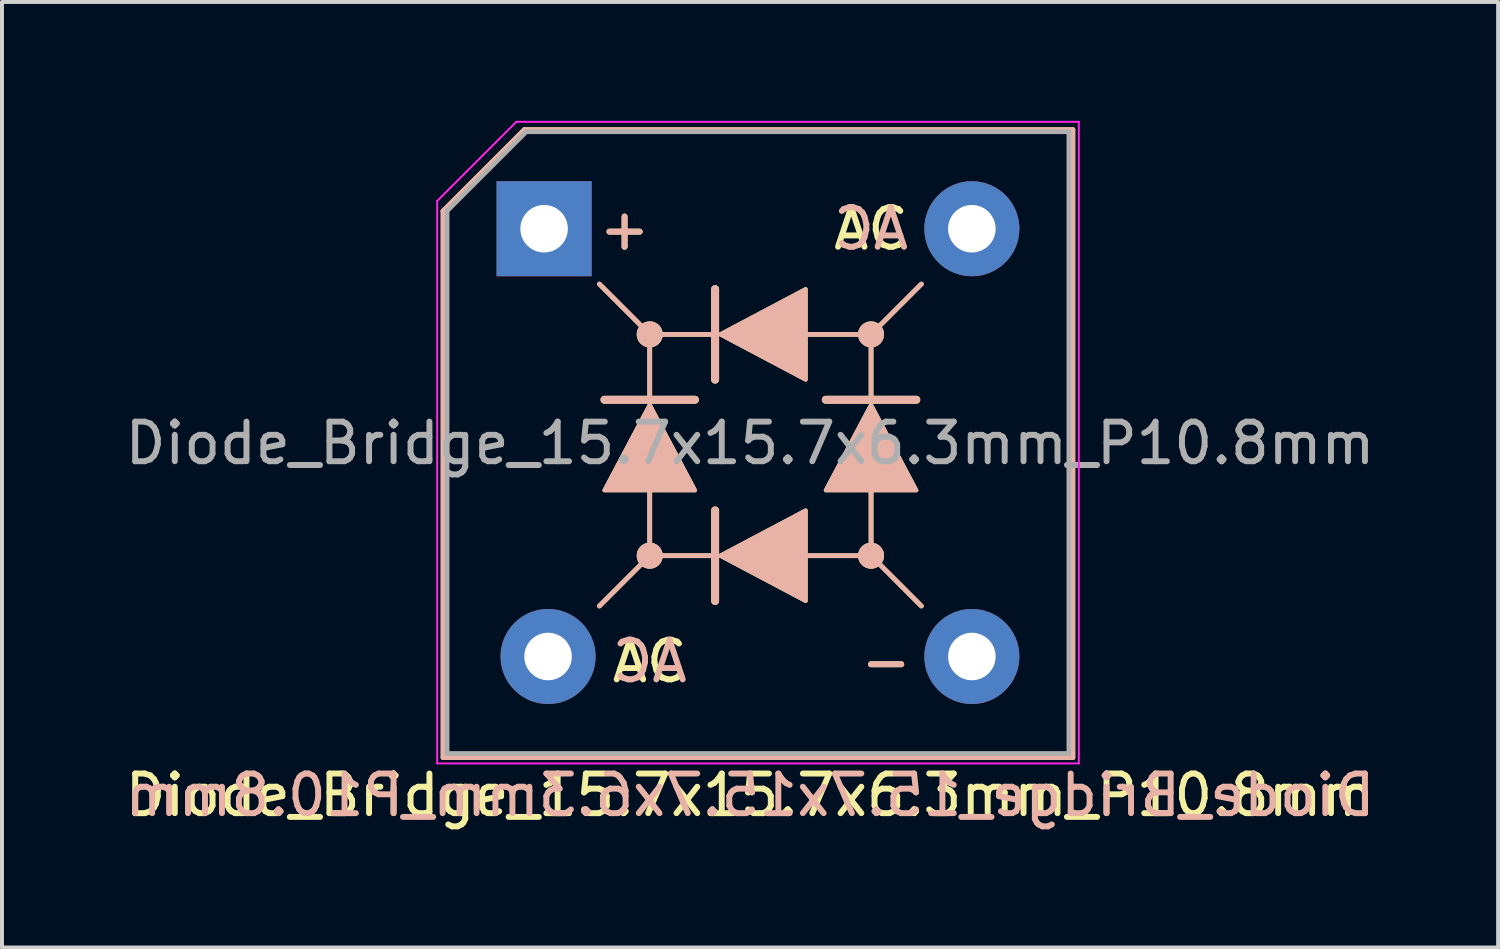
<source format=kicad_pcb>
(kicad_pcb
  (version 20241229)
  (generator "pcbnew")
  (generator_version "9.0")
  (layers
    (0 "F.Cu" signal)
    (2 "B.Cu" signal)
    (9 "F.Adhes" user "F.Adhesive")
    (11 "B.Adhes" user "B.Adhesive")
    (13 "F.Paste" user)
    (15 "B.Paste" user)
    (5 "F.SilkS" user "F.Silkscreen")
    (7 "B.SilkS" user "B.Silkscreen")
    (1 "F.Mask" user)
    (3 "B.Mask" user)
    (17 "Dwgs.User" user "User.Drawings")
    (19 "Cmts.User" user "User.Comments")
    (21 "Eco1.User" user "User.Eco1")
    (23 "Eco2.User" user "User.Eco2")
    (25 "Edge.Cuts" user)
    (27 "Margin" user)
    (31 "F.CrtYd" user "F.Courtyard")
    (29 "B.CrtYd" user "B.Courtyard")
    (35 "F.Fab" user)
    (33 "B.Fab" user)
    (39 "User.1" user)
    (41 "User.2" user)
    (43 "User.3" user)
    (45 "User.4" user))
  (footprint "Diode_Bridge_15.7x15.7x6.3mm_P10.8mm"
    (layer "F.Cu")
    (at 10.687 2.725)
    (property "Reference" "Diode_Bridge_15.7x15.7x6.3mm_P10.8mm" (at 5.2 14.3 180) (layer "F.SilkS") (effects (font (size 1 1) (thickness 0.15))))
    (fp_line (start -2.55 -0.45) (end -0.5 -2.5) (stroke (width 0.12) (type solid)) (layer "F.SilkS"))
    (fp_line (start -2.55 13.35) (end -2.55 -0.45) (stroke (width 0.12) (type solid)) (layer "F.SilkS"))
    (fp_line (start -0.5 -2.5) (end 13.35 -2.5) (stroke (width 0.12) (type solid)) (layer "F.SilkS"))
    (fp_line (start 1.397 1.397) (end 2.667 2.667) (stroke (width 0.12) (type solid)) (layer "F.SilkS"))
    (fp_line (start 1.397 9.525) (end 2.667 8.255) (stroke (width 0.12) (type solid)) (layer "F.SilkS"))
    (fp_line (start 2.667 4.318) (end 1.524 4.318) (stroke (width 0.2) (type solid)) (layer "F.SilkS"))
    (fp_line (start 2.667 4.318) (end 2.667 2.667) (stroke (width 0.12) (type solid)) (layer "F.SilkS"))
    (fp_line (start 2.667 8.255) (end 2.667 6.604) (stroke (width 0.12) (type solid)) (layer "F.SilkS"))
    (fp_line (start 3.81 4.318) (end 2.667 4.318) (stroke (width 0.2) (type solid)) (layer "F.SilkS"))
    (fp_line (start 4.318 1.524) (end 4.318 2.667) (stroke (width 0.2) (type solid)) (layer "F.SilkS"))
    (fp_line (start 4.318 2.667) (end 2.667 2.667) (stroke (width 0.12) (type solid)) (layer "F.SilkS"))
    (fp_line (start 4.318 2.667) (end 4.318 3.81) (stroke (width 0.2) (type solid)) (layer "F.SilkS"))
    (fp_line (start 4.318 7.112) (end 4.318 8.255) (stroke (width 0.2) (type solid)) (layer "F.SilkS"))
    (fp_line (start 4.318 8.255) (end 2.667 8.255) (stroke (width 0.12) (type solid)) (layer "F.SilkS"))
    (fp_line (start 4.318 8.255) (end 4.318 9.398) (stroke (width 0.2) (type solid)) (layer "F.SilkS"))
    (fp_line (start 8.255 2.667) (end 6.604 2.667) (stroke (width 0.12) (type solid)) (layer "F.SilkS"))
    (fp_line (start 8.255 4.318) (end 7.112 4.318) (stroke (width 0.2) (type solid)) (layer "F.SilkS"))
    (fp_line (start 8.255 4.318) (end 8.255 2.667) (stroke (width 0.12) (type solid)) (layer "F.SilkS"))
    (fp_line (start 8.255 8.255) (end 6.604 8.255) (stroke (width 0.12) (type solid)) (layer "F.SilkS"))
    (fp_line (start 8.255 8.255) (end 8.255 6.604) (stroke (width 0.12) (type solid)) (layer "F.SilkS"))
    (fp_line (start 9.398 4.318) (end 8.255 4.318) (stroke (width 0.2) (type solid)) (layer "F.SilkS"))
    (fp_line (start 9.525 1.397) (end 8.255 2.667) (stroke (width 0.12) (type solid)) (layer "F.SilkS"))
    (fp_line (start 9.525 9.525) (end 8.255 8.255) (stroke (width 0.12) (type solid)) (layer "F.SilkS"))
    (fp_line (start 13.35 -2.5) (end 13.35 13.35) (stroke (width 0.12) (type solid)) (layer "F.SilkS"))
    (fp_line (start 13.35 13.35) (end -2.55 13.35) (stroke (width 0.12) (type solid)) (layer "F.SilkS"))
    (fp_circle (center 2.667 2.667) (end 2.731 2.603) (stroke (width 0.12) (type solid)) (fill no) (layer "F.SilkS"))
    (fp_circle (center 2.667 2.667) (end 2.794 2.54) (stroke (width 0.12) (type solid)) (fill no) (layer "F.SilkS"))
    (fp_circle (center 2.667 2.667) (end 2.857 2.477) (stroke (width 0.12) (type solid)) (fill no) (layer "F.SilkS"))
    (fp_circle (center 2.667 8.255) (end 2.731 8.191) (stroke (width 0.12) (type solid)) (fill no) (layer "F.SilkS"))
    (fp_circle (center 2.667 8.255) (end 2.794 8.128) (stroke (width 0.12) (type solid)) (fill no) (layer "F.SilkS"))
    (fp_circle (center 2.667 8.255) (end 2.857 8.065) (stroke (width 0.12) (type solid)) (fill no) (layer "F.SilkS"))
    (fp_circle (center 8.255 2.667) (end 8.319 2.603) (stroke (width 0.12) (type solid)) (fill no) (layer "F.SilkS"))
    (fp_circle (center 8.255 2.667) (end 8.382 2.54) (stroke (width 0.12) (type solid)) (fill no) (layer "F.SilkS"))
    (fp_circle (center 8.255 2.667) (end 8.445 2.477) (stroke (width 0.12) (type solid)) (fill no) (layer "F.SilkS"))
    (fp_circle (center 8.255 8.255) (end 8.319 8.191) (stroke (width 0.12) (type solid)) (fill no) (layer "F.SilkS"))
    (fp_circle (center 8.255 8.255) (end 8.382 8.128) (stroke (width 0.12) (type solid)) (fill no) (layer "F.SilkS"))
    (fp_circle (center 8.255 8.255) (end 8.445 8.065) (stroke (width 0.12) (type solid)) (fill no) (layer "F.SilkS"))
    (fp_poly (pts (xy 3.81 6.604) (xy 1.524 6.604) (xy 2.667 4.445)) (stroke (width 0.1) (type solid)) (fill yes) (layer "F.SilkS"))
    (fp_poly (pts (xy 6.604 1.524) (xy 6.604 3.81) (xy 4.445 2.667)) (stroke (width 0.1) (type solid)) (fill yes) (layer "F.SilkS"))
    (fp_poly (pts (xy 6.604 7.112) (xy 6.604 9.398) (xy 4.445 8.255)) (stroke (width 0.1) (type solid)) (fill yes) (layer "F.SilkS"))
    (fp_poly (pts (xy 9.398 6.604) (xy 7.112 6.604) (xy 8.255 4.445)) (stroke (width 0.1) (type solid)) (fill yes) (layer "F.SilkS"))
    (fp_line (start -2.55 -0.45) (end -0.5 -2.5) (stroke (width 0.12) (type solid)) (layer "B.SilkS"))
    (fp_line (start -2.55 13.35) (end -2.55 -0.45) (stroke (width 0.12) (type solid)) (layer "B.SilkS"))
    (fp_line (start -0.5 -2.5) (end 13.35 -2.5) (stroke (width 0.12) (type solid)) (layer "B.SilkS"))
    (fp_line (start 1.397 1.397) (end 2.667 2.667) (stroke (width 0.12) (type solid)) (layer "B.SilkS"))
    (fp_line (start 1.397 9.525) (end 2.667 8.255) (stroke (width 0.12) (type solid)) (layer "B.SilkS"))
    (fp_line (start 2.667 4.318) (end 1.524 4.318) (stroke (width 0.2) (type solid)) (layer "B.SilkS"))
    (fp_line (start 2.667 4.318) (end 2.667 2.667) (stroke (width 0.12) (type solid)) (layer "B.SilkS"))
    (fp_line (start 2.667 8.255) (end 2.667 6.604) (stroke (width 0.12) (type solid)) (layer "B.SilkS"))
    (fp_line (start 3.81 4.318) (end 2.667 4.318) (stroke (width 0.2) (type solid)) (layer "B.SilkS"))
    (fp_line (start 4.318 1.524) (end 4.318 2.667) (stroke (width 0.2) (type solid)) (layer "B.SilkS"))
    (fp_line (start 4.318 2.667) (end 2.667 2.667) (stroke (width 0.12) (type solid)) (layer "B.SilkS"))
    (fp_line (start 4.318 2.667) (end 4.318 3.81) (stroke (width 0.2) (type solid)) (layer "B.SilkS"))
    (fp_line (start 4.318 7.112) (end 4.318 8.255) (stroke (width 0.2) (type solid)) (layer "B.SilkS"))
    (fp_line (start 4.318 8.255) (end 2.667 8.255) (stroke (width 0.12) (type solid)) (layer "B.SilkS"))
    (fp_line (start 4.318 8.255) (end 4.318 9.398) (stroke (width 0.2) (type solid)) (layer "B.SilkS"))
    (fp_line (start 8.255 2.667) (end 6.604 2.667) (stroke (width 0.12) (type solid)) (layer "B.SilkS"))
    (fp_line (start 8.255 4.318) (end 7.112 4.318) (stroke (width 0.2) (type solid)) (layer "B.SilkS"))
    (fp_line (start 8.255 4.318) (end 8.255 2.667) (stroke (width 0.12) (type solid)) (layer "B.SilkS"))
    (fp_line (start 8.255 8.255) (end 6.604 8.255) (stroke (width 0.12) (type solid)) (layer "B.SilkS"))
    (fp_line (start 8.255 8.255) (end 8.255 6.604) (stroke (width 0.12) (type solid)) (layer "B.SilkS"))
    (fp_line (start 9.398 4.318) (end 8.255 4.318) (stroke (width 0.2) (type solid)) (layer "B.SilkS"))
    (fp_line (start 9.525 1.397) (end 8.255 2.667) (stroke (width 0.12) (type solid)) (layer "B.SilkS"))
    (fp_line (start 9.525 9.525) (end 8.255 8.255) (stroke (width 0.12) (type solid)) (layer "B.SilkS"))
    (fp_line (start 13.35 -2.5) (end 13.35 13.35) (stroke (width 0.12) (type solid)) (layer "B.SilkS"))
    (fp_line (start 13.35 13.35) (end -2.55 13.35) (stroke (width 0.12) (type solid)) (layer "B.SilkS"))
    (fp_circle (center 2.667 2.667) (end 2.757 2.667) (stroke (width 0.12) (type solid)) (fill no) (layer "B.SilkS"))
    (fp_circle (center 2.667 2.667) (end 2.847 2.667) (stroke (width 0.12) (type solid)) (fill no) (layer "B.SilkS"))
    (fp_circle (center 2.667 2.667) (end 2.936 2.667) (stroke (width 0.12) (type solid)) (fill no) (layer "B.SilkS"))
    (fp_circle (center 2.667 8.255) (end 2.757 8.255) (stroke (width 0.12) (type solid)) (fill no) (layer "B.SilkS"))
    (fp_circle (center 2.667 8.255) (end 2.847 8.255) (stroke (width 0.12) (type solid)) (fill no) (layer "B.SilkS"))
    (fp_circle (center 2.667 8.255) (end 2.936 8.255) (stroke (width 0.12) (type solid)) (fill no) (layer "B.SilkS"))
    (fp_circle (center 8.255 2.667) (end 8.345 2.667) (stroke (width 0.12) (type solid)) (fill no) (layer "B.SilkS"))
    (fp_circle (center 8.255 2.667) (end 8.435 2.667) (stroke (width 0.12) (type solid)) (fill no) (layer "B.SilkS"))
    (fp_circle (center 8.255 2.667) (end 8.524 2.667) (stroke (width 0.12) (type solid)) (fill no) (layer "B.SilkS"))
    (fp_circle (center 8.255 8.255) (end 8.345 8.255) (stroke (width 0.12) (type solid)) (fill no) (layer "B.SilkS"))
    (fp_circle (center 8.255 8.255) (end 8.435 8.255) (stroke (width 0.12) (type solid)) (fill no) (layer "B.SilkS"))
    (fp_circle (center 8.255 8.255) (end 8.524 8.255) (stroke (width 0.12) (type solid)) (fill no) (layer "B.SilkS"))
    (fp_poly (pts (xy 3.81 6.604) (xy 1.524 6.604) (xy 2.667 4.445)) (stroke (width 0.1) (type solid)) (fill yes) (layer "B.SilkS"))
    (fp_poly (pts (xy 6.604 1.524) (xy 6.604 3.81) (xy 4.445 2.667)) (stroke (width 0.1) (type solid)) (fill yes) (layer "B.SilkS"))
    (fp_poly (pts (xy 6.604 7.112) (xy 6.604 9.398) (xy 4.445 8.255)) (stroke (width 0.1) (type solid)) (fill yes) (layer "B.SilkS"))
    (fp_poly (pts (xy 9.398 6.604) (xy 7.112 6.604) (xy 8.255 4.445)) (stroke (width 0.1) (type solid)) (fill yes) (layer "B.SilkS"))
    (fp_line (start -2.7 -0.7) (end -0.7 -2.7) (stroke (width 0.05) (type solid)) (layer "F.CrtYd"))
    (fp_line (start -2.7 13.5) (end -2.7 -0.7) (stroke (width 0.05) (type solid)) (layer "F.CrtYd"))
    (fp_line (start -0.7 -2.7) (end 13.5 -2.7) (stroke (width 0.05) (type solid)) (layer "F.CrtYd"))
    (fp_line (start 13.5 -2.7) (end 13.5 13.5) (stroke (width 0.05) (type solid)) (layer "F.CrtYd"))
    (fp_line (start 13.5 13.5) (end -2.7 13.5) (stroke (width 0.05) (type solid)) (layer "F.CrtYd"))
    (fp_line (start -2.45 -0.45) (end -0.45 -2.45) (stroke (width 0.12) (type solid)) (layer "F.Fab"))
    (fp_line (start -2.45 13.25) (end -2.45 -0.45) (stroke (width 0.12) (type solid)) (layer "F.Fab"))
    (fp_line (start -0.45 -2.45) (end 13.25 -2.45) (stroke (width 0.12) (type solid)) (layer "F.Fab"))
    (fp_line (start 13.25 -2.45) (end 13.25 13.25) (stroke (width 0.12) (type solid)) (layer "F.Fab"))
    (fp_line (start 13.25 13.25) (end -2.45 13.25) (stroke (width 0.12) (type solid)) (layer "F.Fab"))
    (fp_text user "AC" (at 2.667 10.922 0) (layer "F.SilkS") (effects (font (size 1 1) (thickness 0.15))))
    (fp_text user "-" (at 8.636 10.922 0) (layer "F.SilkS") (effects (font (size 1 1) (thickness 0.15))))
    (fp_text user "+" (at 2.032 0 0) (layer "F.SilkS") (effects (font (size 1 1) (thickness 0.15))))
    (fp_text user "AC" (at 8.255 0 0) (layer "F.SilkS") (effects (font (size 1 1) (thickness 0.15))))
    (fp_text user "-" (at 8.636 10.922 0) (layer "B.SilkS") (effects (font (size 1 1) (thickness 0.15)) (justify mirror)))
    (fp_text user "+" (at 2.032 0 0) (layer "B.SilkS") (effects (font (size 1 1) (thickness 0.15)) (justify mirror)))
    (fp_text user "${REFERENCE}" (at 5.2 14.3 0) (layer "B.SilkS") (effects (font (size 1 1) (thickness 0.15)) (justify mirror)))
    (fp_text user "AC" (at 2.667 10.922 0) (layer "B.SilkS") (effects (font (size 1 1) (thickness 0.15)) (justify mirror)))
    (fp_text user "AC" (at 8.255 0 0) (layer "B.SilkS") (effects (font (size 1 1) (thickness 0.15)) (justify mirror)))
    (fp_text user "${REFERENCE}" (at 5.2 5.415 180) (layer "F.Fab") (effects (font (size 1 1) (thickness 0.15))))
    (pad "1" thru_hole rect (at 0 0 180) (size 2.4 2.4) (drill 1.2) (layers "*.Cu" "*.Mask"))
    (pad "2" thru_hole circle (at 0.1 10.8 180) (size 2.4 2.4) (drill 1.2) (layers "*.Cu" "*.Mask"))
    (pad "3" thru_hole circle (at 10.8 10.8 180) (size 2.4 2.4) (drill 1.2) (layers "*.Cu" "*.Mask"))
    (pad "4" thru_hole circle (at 10.8 0 180) (size 2.4 2.4) (drill 1.2) (layers "*.Cu" "*.Mask")))
  (gr_rect
    (start -3 -3)
    (end 34.774 20.873)
    (stroke (width 0.1) (type default))
    (fill no)
    (layer "Edge.Cuts")))
</source>
